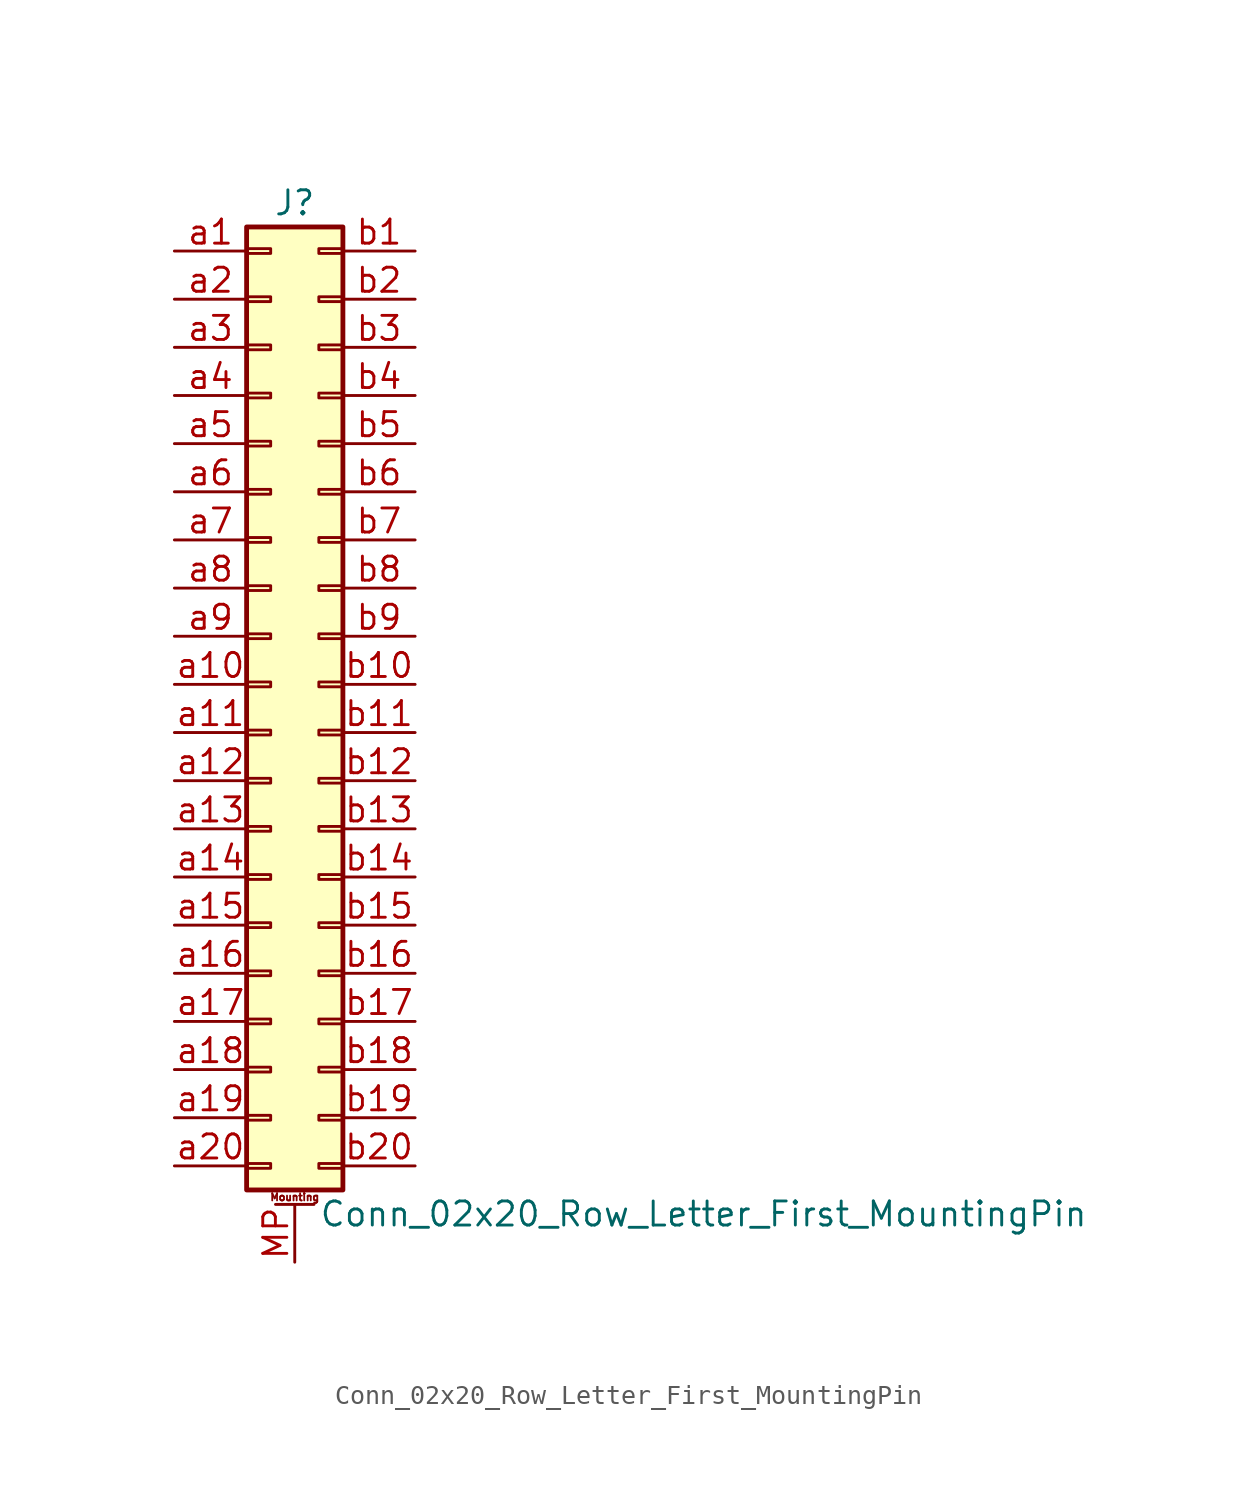
<source format=kicad_sym>
(kicad_symbol_lib
  (version 20201005)
  (generator kicad_symbol_editor)
  (symbol "Conn_02x20_Row_Letter_First_MountingPin"
    (pin_names
      (offset 1.016) hide)
    (property "Reference" "J"
      (at 1.27 25.4 0)
      (effects (font (size 1.27 1.27))))
    (property "Value" "Conn_02x20_Row_Letter_First_MountingPin"
      (at 2.54 -27.94 0)
      (effects (font (size 1.27 1.27)) (justify left)))
    (symbol "Conn_02x20_Row_Letter_First_MountingPin_1_1"
      (text "Mounting" (at 1.27 -27.051 0) (effects (font (size 0.381 0.381))))
      (rectangle (start -1.27 -25.273) (end 0 -25.527) (stroke (width 0.152)) (fill (type none)))
      (rectangle (start -1.27 -22.733) (end 0 -22.987) (stroke (width 0.152)) (fill (type none)))
      (rectangle (start -1.27 -20.193) (end 0 -20.447) (stroke (width 0.152)) (fill (type none)))
      (rectangle (start -1.27 -17.653) (end 0 -17.907) (stroke (width 0.152)) (fill (type none)))
      (rectangle (start -1.27 -15.113) (end 0 -15.367) (stroke (width 0.152)) (fill (type none)))
      (rectangle (start -1.27 -12.573) (end 0 -12.827) (stroke (width 0.152)) (fill (type none)))
      (rectangle (start -1.27 -10.033) (end 0 -10.287) (stroke (width 0.152)) (fill (type none)))
      (rectangle (start -1.27 -7.493) (end 0 -7.747) (stroke (width 0.152)) (fill (type none)))
      (rectangle (start -1.27 -4.953) (end 0 -5.207) (stroke (width 0.152)) (fill (type none)))
      (rectangle (start -1.27 -2.413) (end 0 -2.667) (stroke (width 0.152)) (fill (type none)))
      (rectangle (start -1.27 0.127) (end 0 -0.127) (stroke (width 0.152)) (fill (type none)))
      (rectangle (start -1.27 2.667) (end 0 2.413) (stroke (width 0.152)) (fill (type none)))
      (rectangle (start -1.27 5.207) (end 0 4.953) (stroke (width 0.152)) (fill (type none)))
      (rectangle (start -1.27 7.747) (end 0 7.493) (stroke (width 0.152)) (fill (type none)))
      (rectangle (start -1.27 10.287) (end 0 10.033) (stroke (width 0.152)) (fill (type none)))
      (rectangle (start -1.27 12.827) (end 0 12.573) (stroke (width 0.152)) (fill (type none)))
      (rectangle (start -1.27 15.367) (end 0 15.113) (stroke (width 0.152)) (fill (type none)))
      (rectangle (start -1.27 17.907) (end 0 17.653) (stroke (width 0.152)) (fill (type none)))
      (rectangle (start -1.27 20.447) (end 0 20.193) (stroke (width 0.152)) (fill (type none)))
      (rectangle (start -1.27 22.987) (end 0 22.733) (stroke (width 0.152)) (fill (type none)))
      (rectangle (start -1.27 24.13) (end 3.81 -26.67) (stroke (width 0.254)) (fill (type background)))
      (rectangle (start 3.81 -25.273) (end 2.54 -25.527) (stroke (width 0.152)) (fill (type none)))
      (rectangle (start 3.81 -22.733) (end 2.54 -22.987) (stroke (width 0.152)) (fill (type none)))
      (rectangle (start 3.81 -20.193) (end 2.54 -20.447) (stroke (width 0.152)) (fill (type none)))
      (rectangle (start 3.81 -17.653) (end 2.54 -17.907) (stroke (width 0.152)) (fill (type none)))
      (rectangle (start 3.81 -15.113) (end 2.54 -15.367) (stroke (width 0.152)) (fill (type none)))
      (rectangle (start 3.81 -12.573) (end 2.54 -12.827) (stroke (width 0.152)) (fill (type none)))
      (rectangle (start 3.81 -10.033) (end 2.54 -10.287) (stroke (width 0.152)) (fill (type none)))
      (rectangle (start 3.81 -7.493) (end 2.54 -7.747) (stroke (width 0.152)) (fill (type none)))
      (rectangle (start 3.81 -4.953) (end 2.54 -5.207) (stroke (width 0.152)) (fill (type none)))
      (rectangle (start 3.81 -2.413) (end 2.54 -2.667) (stroke (width 0.152)) (fill (type none)))
      (rectangle (start 3.81 0.127) (end 2.54 -0.127) (stroke (width 0.152)) (fill (type none)))
      (rectangle (start 3.81 2.667) (end 2.54 2.413) (stroke (width 0.152)) (fill (type none)))
      (rectangle (start 3.81 5.207) (end 2.54 4.953) (stroke (width 0.152)) (fill (type none)))
      (rectangle (start 3.81 7.747) (end 2.54 7.493) (stroke (width 0.152)) (fill (type none)))
      (rectangle (start 3.81 10.287) (end 2.54 10.033) (stroke (width 0.152)) (fill (type none)))
      (rectangle (start 3.81 12.827) (end 2.54 12.573) (stroke (width 0.152)) (fill (type none)))
      (rectangle (start 3.81 15.367) (end 2.54 15.113) (stroke (width 0.152)) (fill (type none)))
      (rectangle (start 3.81 17.907) (end 2.54 17.653) (stroke (width 0.152)) (fill (type none)))
      (rectangle (start 3.81 20.447) (end 2.54 20.193) (stroke (width 0.152)) (fill (type none)))
      (rectangle (start 3.81 22.987) (end 2.54 22.733) (stroke (width 0.152)) (fill (type none)))
      (polyline (pts (xy 0.254 -27.432) (xy 2.286 -27.432)) (stroke (width 0.152)) (fill (type none)))
      (pin passive line (at 1.27 -30.48 90) (length 3.048) (name "MountPin" (effects (font (size 1.27 1.27)))) (number "MP" (effects (font (size 1.27 1.27)))))
      (pin passive line (at -5.08 22.86 0) (length 3.81) (name "Pin_a1" (effects (font (size 1.27 1.27)))) (number "a1" (effects (font (size 1.27 1.27)))))
      (pin passive line (at -5.08 0 0) (length 3.81) (name "Pin_a10" (effects (font (size 1.27 1.27)))) (number "a10" (effects (font (size 1.27 1.27)))))
      (pin passive line (at -5.08 -2.54 0) (length 3.81) (name "Pin_a11" (effects (font (size 1.27 1.27)))) (number "a11" (effects (font (size 1.27 1.27)))))
      (pin passive line (at -5.08 -5.08 0) (length 3.81) (name "Pin_a12" (effects (font (size 1.27 1.27)))) (number "a12" (effects (font (size 1.27 1.27)))))
      (pin passive line (at -5.08 -7.62 0) (length 3.81) (name "Pin_a13" (effects (font (size 1.27 1.27)))) (number "a13" (effects (font (size 1.27 1.27)))))
      (pin passive line (at -5.08 -10.16 0) (length 3.81) (name "Pin_a14" (effects (font (size 1.27 1.27)))) (number "a14" (effects (font (size 1.27 1.27)))))
      (pin passive line (at -5.08 -12.7 0) (length 3.81) (name "Pin_a15" (effects (font (size 1.27 1.27)))) (number "a15" (effects (font (size 1.27 1.27)))))
      (pin passive line (at -5.08 -15.24 0) (length 3.81) (name "Pin_a16" (effects (font (size 1.27 1.27)))) (number "a16" (effects (font (size 1.27 1.27)))))
      (pin passive line (at -5.08 -17.78 0) (length 3.81) (name "Pin_a17" (effects (font (size 1.27 1.27)))) (number "a17" (effects (font (size 1.27 1.27)))))
      (pin passive line (at -5.08 -20.32 0) (length 3.81) (name "Pin_a18" (effects (font (size 1.27 1.27)))) (number "a18" (effects (font (size 1.27 1.27)))))
      (pin passive line (at -5.08 -22.86 0) (length 3.81) (name "Pin_a19" (effects (font (size 1.27 1.27)))) (number "a19" (effects (font (size 1.27 1.27)))))
      (pin passive line (at -5.08 20.32 0) (length 3.81) (name "Pin_a2" (effects (font (size 1.27 1.27)))) (number "a2" (effects (font (size 1.27 1.27)))))
      (pin passive line (at -5.08 -25.4 0) (length 3.81) (name "Pin_a20" (effects (font (size 1.27 1.27)))) (number "a20" (effects (font (size 1.27 1.27)))))
      (pin passive line (at -5.08 17.78 0) (length 3.81) (name "Pin_a3" (effects (font (size 1.27 1.27)))) (number "a3" (effects (font (size 1.27 1.27)))))
      (pin passive line (at -5.08 15.24 0) (length 3.81) (name "Pin_a4" (effects (font (size 1.27 1.27)))) (number "a4" (effects (font (size 1.27 1.27)))))
      (pin passive line (at -5.08 12.7 0) (length 3.81) (name "Pin_a5" (effects (font (size 1.27 1.27)))) (number "a5" (effects (font (size 1.27 1.27)))))
      (pin passive line (at -5.08 10.16 0) (length 3.81) (name "Pin_a6" (effects (font (size 1.27 1.27)))) (number "a6" (effects (font (size 1.27 1.27)))))
      (pin passive line (at -5.08 7.62 0) (length 3.81) (name "Pin_a7" (effects (font (size 1.27 1.27)))) (number "a7" (effects (font (size 1.27 1.27)))))
      (pin passive line (at -5.08 5.08 0) (length 3.81) (name "Pin_a8" (effects (font (size 1.27 1.27)))) (number "a8" (effects (font (size 1.27 1.27)))))
      (pin passive line (at -5.08 2.54 0) (length 3.81) (name "Pin_a9" (effects (font (size 1.27 1.27)))) (number "a9" (effects (font (size 1.27 1.27)))))
      (pin passive line (at 7.62 22.86 180) (length 3.81) (name "Pin_b1" (effects (font (size 1.27 1.27)))) (number "b1" (effects (font (size 1.27 1.27)))))
      (pin passive line (at 7.62 0 180) (length 3.81) (name "Pin_b10" (effects (font (size 1.27 1.27)))) (number "b10" (effects (font (size 1.27 1.27)))))
      (pin passive line (at 7.62 -2.54 180) (length 3.81) (name "Pin_b11" (effects (font (size 1.27 1.27)))) (number "b11" (effects (font (size 1.27 1.27)))))
      (pin passive line (at 7.62 -5.08 180) (length 3.81) (name "Pin_b12" (effects (font (size 1.27 1.27)))) (number "b12" (effects (font (size 1.27 1.27)))))
      (pin passive line (at 7.62 -7.62 180) (length 3.81) (name "Pin_b13" (effects (font (size 1.27 1.27)))) (number "b13" (effects (font (size 1.27 1.27)))))
      (pin passive line (at 7.62 -10.16 180) (length 3.81) (name "Pin_b14" (effects (font (size 1.27 1.27)))) (number "b14" (effects (font (size 1.27 1.27)))))
      (pin passive line (at 7.62 -12.7 180) (length 3.81) (name "Pin_b15" (effects (font (size 1.27 1.27)))) (number "b15" (effects (font (size 1.27 1.27)))))
      (pin passive line (at 7.62 -15.24 180) (length 3.81) (name "Pin_b16" (effects (font (size 1.27 1.27)))) (number "b16" (effects (font (size 1.27 1.27)))))
      (pin passive line (at 7.62 -17.78 180) (length 3.81) (name "Pin_b17" (effects (font (size 1.27 1.27)))) (number "b17" (effects (font (size 1.27 1.27)))))
      (pin passive line (at 7.62 -20.32 180) (length 3.81) (name "Pin_b18" (effects (font (size 1.27 1.27)))) (number "b18" (effects (font (size 1.27 1.27)))))
      (pin passive line (at 7.62 -22.86 180) (length 3.81) (name "Pin_b19" (effects (font (size 1.27 1.27)))) (number "b19" (effects (font (size 1.27 1.27)))))
      (pin passive line (at 7.62 20.32 180) (length 3.81) (name "Pin_b2" (effects (font (size 1.27 1.27)))) (number "b2" (effects (font (size 1.27 1.27)))))
      (pin passive line (at 7.62 -25.4 180) (length 3.81) (name "Pin_b20" (effects (font (size 1.27 1.27)))) (number "b20" (effects (font (size 1.27 1.27)))))
      (pin passive line (at 7.62 17.78 180) (length 3.81) (name "Pin_b3" (effects (font (size 1.27 1.27)))) (number "b3" (effects (font (size 1.27 1.27)))))
      (pin passive line (at 7.62 15.24 180) (length 3.81) (name "Pin_b4" (effects (font (size 1.27 1.27)))) (number "b4" (effects (font (size 1.27 1.27)))))
      (pin passive line (at 7.62 12.7 180) (length 3.81) (name "Pin_b5" (effects (font (size 1.27 1.27)))) (number "b5" (effects (font (size 1.27 1.27)))))
      (pin passive line (at 7.62 10.16 180) (length 3.81) (name "Pin_b6" (effects (font (size 1.27 1.27)))) (number "b6" (effects (font (size 1.27 1.27)))))
      (pin passive line (at 7.62 7.62 180) (length 3.81) (name "Pin_b7" (effects (font (size 1.27 1.27)))) (number "b7" (effects (font (size 1.27 1.27)))))
      (pin passive line (at 7.62 5.08 180) (length 3.81) (name "Pin_b8" (effects (font (size 1.27 1.27)))) (number "b8" (effects (font (size 1.27 1.27)))))
      (pin passive line (at 7.62 2.54 180) (length 3.81) (name "Pin_b9" (effects (font (size 1.27 1.27)))) (number "b9" (effects (font (size 1.27 1.27))))))))
</source>
